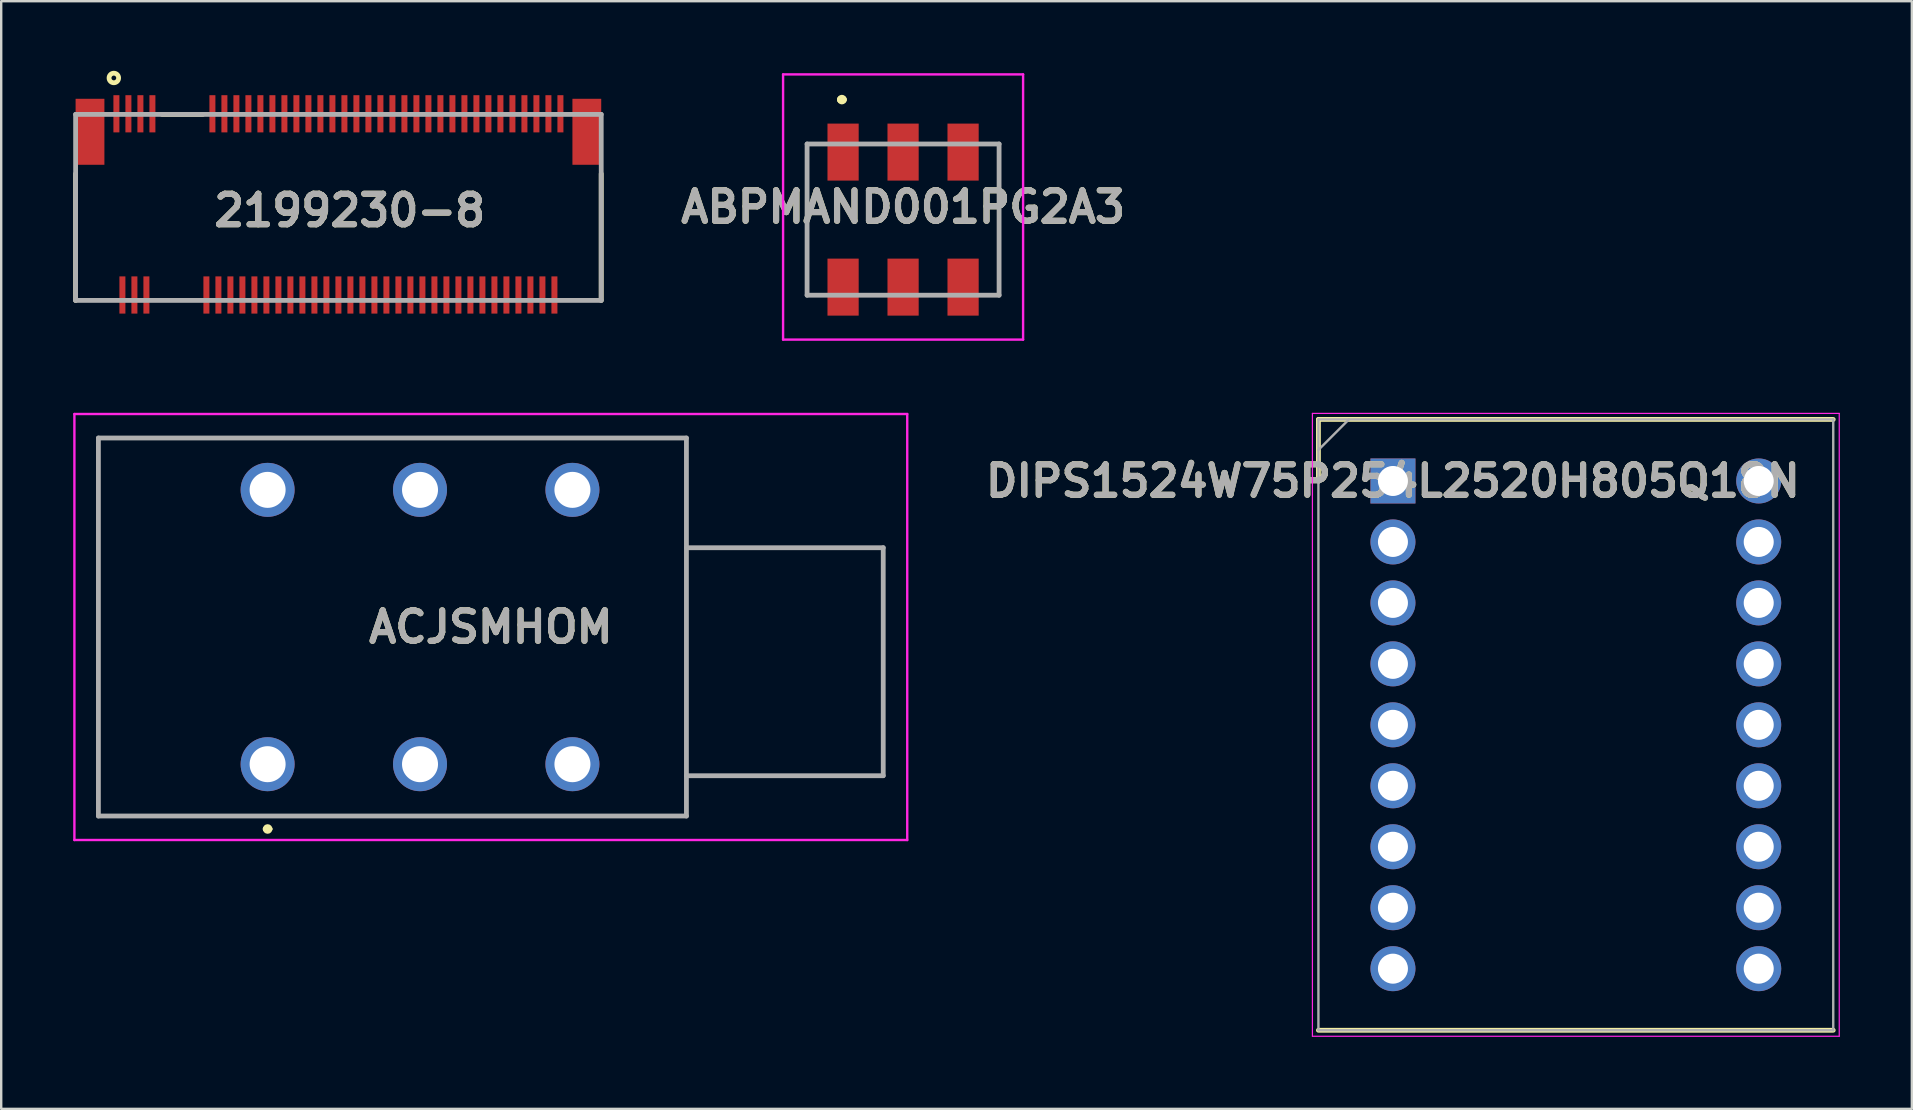
<source format=kicad_pcb>
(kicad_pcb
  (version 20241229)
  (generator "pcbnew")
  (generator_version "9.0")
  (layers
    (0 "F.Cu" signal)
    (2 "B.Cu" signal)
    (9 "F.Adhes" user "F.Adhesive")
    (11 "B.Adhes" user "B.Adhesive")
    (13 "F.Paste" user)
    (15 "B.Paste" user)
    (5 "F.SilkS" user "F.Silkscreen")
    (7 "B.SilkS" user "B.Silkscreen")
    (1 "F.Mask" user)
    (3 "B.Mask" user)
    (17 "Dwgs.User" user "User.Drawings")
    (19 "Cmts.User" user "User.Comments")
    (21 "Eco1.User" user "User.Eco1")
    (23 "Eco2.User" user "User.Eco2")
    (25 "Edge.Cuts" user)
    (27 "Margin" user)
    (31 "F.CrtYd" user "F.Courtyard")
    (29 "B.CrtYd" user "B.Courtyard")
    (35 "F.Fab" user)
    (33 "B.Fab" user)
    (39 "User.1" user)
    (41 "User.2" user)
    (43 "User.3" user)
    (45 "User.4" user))
  (footprint "ACJSMHOM"
    (layer "F.Cu")
    (at 8.1 28.79)
    (property "Reference" "ACJSMHOM" (at 9.3 -5.715 0) (layer "F.SilkS") (effects (font (size 1.27 1.27) (thickness 0.254))))
    (attr through_hole)
    (fp_line (start -7.05 -13.59) (end 17.45 -13.59) (stroke (width 0.1) (type solid)) (layer "F.SilkS"))
    (fp_line (start -7.05 2.16) (end -7.05 -13.59) (stroke (width 0.1) (type solid)) (layer "F.SilkS"))
    (fp_line (start -0.1 2.7) (end -0.1 2.7) (stroke (width 0.2) (type solid)) (layer "F.SilkS"))
    (fp_line (start 0.1 2.7) (end 0.1 2.7) (stroke (width 0.2) (type solid)) (layer "F.SilkS"))
    (fp_line (start 17.45 -13.59) (end 17.45 2.16) (stroke (width 0.1) (type solid)) (layer "F.SilkS"))
    (fp_line (start 17.45 2.16) (end -7.05 2.16) (stroke (width 0.1) (type solid)) (layer "F.SilkS"))
    (fp_arc (start -0.1 2.7) (mid 0 2.6) (end 0.1 2.7) (stroke (width 0.2) (type solid)) (layer "F.SilkS"))
    (fp_arc (start 0.1 2.7) (mid 0 2.8) (end -0.1 2.7) (stroke (width 0.2) (type solid)) (layer "F.SilkS"))
    (fp_line (start -8.05 -14.59) (end 26.65 -14.59) (stroke (width 0.1) (type solid)) (layer "F.CrtYd"))
    (fp_line (start -8.05 3.16) (end -8.05 -14.59) (stroke (width 0.1) (type solid)) (layer "F.CrtYd"))
    (fp_line (start 26.65 -14.59) (end 26.65 3.16) (stroke (width 0.1) (type solid)) (layer "F.CrtYd"))
    (fp_line (start 26.65 3.16) (end -8.05 3.16) (stroke (width 0.1) (type solid)) (layer "F.CrtYd"))
    (fp_line (start -7.05 -13.59) (end 17.45 -13.59) (stroke (width 0.2) (type solid)) (layer "F.Fab"))
    (fp_line (start -7.05 2.16) (end -7.05 -13.59) (stroke (width 0.2) (type solid)) (layer "F.Fab"))
    (fp_line (start 17.45 -13.59) (end 17.45 2.16) (stroke (width 0.2) (type solid)) (layer "F.Fab"))
    (fp_line (start 17.45 -9.02) (end 25.65 -9.02) (stroke (width 0.2) (type solid)) (layer "F.Fab"))
    (fp_line (start 17.45 2.16) (end -7.05 2.16) (stroke (width 0.2) (type solid)) (layer "F.Fab"))
    (fp_line (start 25.65 -9.02) (end 25.65 0.48) (stroke (width 0.2) (type solid)) (layer "F.Fab"))
    (fp_line (start 25.65 0.48) (end 17.45 0.48) (stroke (width 0.2) (type solid)) (layer "F.Fab"))
    (fp_text user "${REFERENCE}" (at 9.3 -5.715 0) (layer "F.Fab") (effects (font (size 1.27 1.27) (thickness 0.254))))
    (pad "1" thru_hole circle (at 0 0) (size 2.25 2.25) (drill 1.5) (layers "*.Cu" "*.Mask"))
    (pad "2" thru_hole circle (at 6.35 0) (size 2.25 2.25) (drill 1.5) (layers "*.Cu" "*.Mask"))
    (pad "3" thru_hole circle (at 12.7 0) (size 2.25 2.25) (drill 1.5) (layers "*.Cu" "*.Mask"))
    (pad "4" thru_hole circle (at 12.7 -11.43) (size 2.25 2.25) (drill 1.5) (layers "*.Cu" "*.Mask"))
    (pad "5" thru_hole circle (at 6.35 -11.43) (size 2.25 2.25) (drill 1.5) (layers "*.Cu" "*.Mask"))
    (pad "6" thru_hole circle (at 0 -11.43) (size 2.25 2.25) (drill 1.5) (layers "*.Cu" "*.Mask")))
  (footprint "ABPMAND001PG2A3"
    (layer "F.Cu")
    (at 34.577 6.1)
    (property "Reference" "ABPMAND001PG2A3" (at 0 -0.525 0) (layer "F.SilkS") (effects (font (size 1.27 1.27) (thickness 0.254))))
    (attr smd)
    (fp_line (start -4 -3.15) (end -4 3.15) (stroke (width 0.1) (type solid)) (layer "F.SilkS"))
    (fp_line (start -2.6 -5) (end -2.6 -5) (stroke (width 0.3) (type solid)) (layer "F.SilkS"))
    (fp_line (start -2.5 -5) (end -2.5 -5) (stroke (width 0.3) (type solid)) (layer "F.SilkS"))
    (fp_line (start 4 -3.15) (end 4 3.15) (stroke (width 0.1) (type solid)) (layer "F.SilkS"))
    (fp_arc (start -2.6 -5) (mid -2.55 -5.05) (end -2.5 -5) (stroke (width 0.3) (type solid)) (layer "F.SilkS"))
    (fp_arc (start -2.5 -5) (mid -2.55 -4.95) (end -2.6 -5) (stroke (width 0.3) (type solid)) (layer "F.SilkS"))
    (fp_line (start -5 -6.05) (end 5 -6.05) (stroke (width 0.1) (type solid)) (layer "F.CrtYd"))
    (fp_line (start -5 5) (end -5 -6.05) (stroke (width 0.1) (type solid)) (layer "F.CrtYd"))
    (fp_line (start 5 -6.05) (end 5 5) (stroke (width 0.1) (type solid)) (layer "F.CrtYd"))
    (fp_line (start 5 5) (end -5 5) (stroke (width 0.1) (type solid)) (layer "F.CrtYd"))
    (fp_line (start -4 -3.15) (end 4 -3.15) (stroke (width 0.2) (type solid)) (layer "F.Fab"))
    (fp_line (start -4 3.15) (end -4 -3.15) (stroke (width 0.2) (type solid)) (layer "F.Fab"))
    (fp_line (start 4 -3.15) (end 4 3.15) (stroke (width 0.2) (type solid)) (layer "F.Fab"))
    (fp_line (start 4 3.15) (end -4 3.15) (stroke (width 0.2) (type solid)) (layer "F.Fab"))
    (fp_text user "${REFERENCE}" (at 0 -0.525 0) (layer "F.Fab") (effects (font (size 1.27 1.27) (thickness 0.254))))
    (pad "1" smd rect (at -2.5 -2.813) (size 1.3 2.375) (layers "F.Cu" "F.Mask" "F.Paste"))
    (pad "2" smd rect (at 0 -2.813) (size 1.3 2.375) (layers "F.Cu" "F.Mask" "F.Paste"))
    (pad "3" smd rect (at 2.5 -2.813) (size 1.3 2.375) (layers "F.Cu" "F.Mask" "F.Paste"))
    (pad "4" smd rect (at 2.5 2.813) (size 1.3 2.375) (layers "F.Cu" "F.Mask" "F.Paste"))
    (pad "5" smd rect (at 0 2.813) (size 1.3 2.375) (layers "F.Cu" "F.Mask" "F.Paste"))
    (pad "6" smd rect (at -2.5 2.813) (size 1.3 2.375) (layers "F.Cu" "F.Mask" "F.Paste")))
  (footprint "DIPS1524W75P254L2520H805Q18N"
    (layer "F.Cu")
    (at 54.987 16.99)
    (property "Reference" "DIPS1524W75P254L2520H805Q18N" (at 0 0 0) (layer "F.SilkS") (effects (font (size 1.27 1.27) (thickness 0.254))))
    (attr through_hole)
    (fp_line (start -3.105 -2.565) (end -3.105 0) (stroke (width 0.2) (type solid)) (layer "F.SilkS"))
    (fp_line (start -3.105 22.885) (end 18.345 22.885) (stroke (width 0.2) (type solid)) (layer "F.SilkS"))
    (fp_line (start 18.345 -2.565) (end -3.105 -2.565) (stroke (width 0.2) (type solid)) (layer "F.SilkS"))
    (fp_line (start -3.355 -2.815) (end 18.595 -2.815) (stroke (width 0.05) (type solid)) (layer "F.CrtYd"))
    (fp_line (start -3.355 23.135) (end -3.355 -2.815) (stroke (width 0.05) (type solid)) (layer "F.CrtYd"))
    (fp_line (start 18.595 -2.815) (end 18.595 23.135) (stroke (width 0.05) (type solid)) (layer "F.CrtYd"))
    (fp_line (start 18.595 23.135) (end -3.355 23.135) (stroke (width 0.05) (type solid)) (layer "F.CrtYd"))
    (fp_line (start -3.105 -2.565) (end 18.345 -2.565) (stroke (width 0.1) (type solid)) (layer "F.Fab"))
    (fp_line (start -3.105 -1.295) (end -1.835 -2.565) (stroke (width 0.1) (type solid)) (layer "F.Fab"))
    (fp_line (start -3.105 22.885) (end -3.105 -2.565) (stroke (width 0.1) (type solid)) (layer "F.Fab"))
    (fp_line (start 18.345 -2.565) (end 18.345 22.885) (stroke (width 0.1) (type solid)) (layer "F.Fab"))
    (fp_line (start 18.345 22.885) (end -3.105 22.885) (stroke (width 0.1) (type solid)) (layer "F.Fab"))
    (fp_text user "${REFERENCE}" (at 0 0 0) (layer "F.Fab") (effects (font (size 1.27 1.27) (thickness 0.254))))
    (pad "1" thru_hole rect (at 0 0) (size 1.875 1.875) (drill 1.25) (layers "*.Cu" "*.Mask"))
    (pad "2" thru_hole circle (at 0 2.54) (size 1.875 1.875) (drill 1.25) (layers "*.Cu" "*.Mask"))
    (pad "3" thru_hole circle (at 0 5.08) (size 1.875 1.875) (drill 1.25) (layers "*.Cu" "*.Mask"))
    (pad "4" thru_hole circle (at 0 7.62) (size 1.875 1.875) (drill 1.25) (layers "*.Cu" "*.Mask"))
    (pad "5" thru_hole circle (at 0 10.16) (size 1.875 1.875) (drill 1.25) (layers "*.Cu" "*.Mask"))
    (pad "6" thru_hole circle (at 0 12.7) (size 1.875 1.875) (drill 1.25) (layers "*.Cu" "*.Mask"))
    (pad "7" thru_hole circle (at 0 15.24) (size 1.875 1.875) (drill 1.25) (layers "*.Cu" "*.Mask"))
    (pad "8" thru_hole circle (at 0 17.78) (size 1.875 1.875) (drill 1.25) (layers "*.Cu" "*.Mask"))
    (pad "9" thru_hole circle (at 0 20.32) (size 1.875 1.875) (drill 1.25) (layers "*.Cu" "*.Mask"))
    (pad "10" thru_hole circle (at 15.24 20.32) (size 1.875 1.875) (drill 1.25) (layers "*.Cu" "*.Mask"))
    (pad "11" thru_hole circle (at 15.24 17.78) (size 1.875 1.875) (drill 1.25) (layers "*.Cu" "*.Mask"))
    (pad "12" thru_hole circle (at 15.24 15.24) (size 1.875 1.875) (drill 1.25) (layers "*.Cu" "*.Mask"))
    (pad "13" thru_hole circle (at 15.24 12.7) (size 1.875 1.875) (drill 1.25) (layers "*.Cu" "*.Mask"))
    (pad "14" thru_hole circle (at 15.24 10.16) (size 1.875 1.875) (drill 1.25) (layers "*.Cu" "*.Mask"))
    (pad "15" thru_hole circle (at 15.24 7.62) (size 1.875 1.875) (drill 1.25) (layers "*.Cu" "*.Mask"))
    (pad "16" thru_hole circle (at 15.24 5.08) (size 1.875 1.875) (drill 1.25) (layers "*.Cu" "*.Mask"))
    (pad "17" thru_hole circle (at 15.24 2.54) (size 1.875 1.875) (drill 1.25) (layers "*.Cu" "*.Mask"))
    (pad "18" thru_hole circle (at 15.24 0) (size 1.875 1.875) (drill 1.25) (layers "*.Cu" "*.Mask")))
  (footprint "2199230-8"
    (layer "F.Cu")
    (at 11.05 1.691)
    (property "Reference" "2199230-8" (at 0.47 4.028 0) (layer "F.SilkS") (effects (font (size 1.27 1.27) (thickness 0.254))))
    (attr through_hole)
    (fp_line (start -10.95 7.775) (end -10.95 2.499) (stroke (width 0.2) (type solid)) (layer "F.SilkS"))
    (fp_line (start -7.35 0.025) (end -5.65 0.025) (stroke (width 0.2) (type solid)) (layer "F.SilkS"))
    (fp_line (start 10.95 7.775) (end 10.95 2.499) (stroke (width 0.2) (type solid)) (layer "F.SilkS"))
    (fp_circle (center -9.357 -1.492) (end -9.357 -1.393) (stroke (width 0.2) (type solid)) (fill no) (layer "F.SilkS"))
    (fp_line (start -10.95 0.025) (end 10.95 0.025) (stroke (width 0.2) (type solid)) (layer "F.Fab"))
    (fp_line (start -10.95 7.775) (end -10.95 0.025) (stroke (width 0.2) (type solid)) (layer "F.Fab"))
    (fp_line (start 10.95 0.025) (end 10.95 7.775) (stroke (width 0.2) (type solid)) (layer "F.Fab"))
    (fp_line (start 10.95 7.775) (end -10.95 7.775) (stroke (width 0.2) (type solid)) (layer "F.Fab"))
    (fp_text user "${REFERENCE}" (at 0.47 4.028 0) (layer "F.Fab") (effects (font (size 1.27 1.27) (thickness 0.254))))
    (pad "" np_thru_hole circle (at -10 5.275) (size 0.001 0.001) (drill 1.15) (layers "*.Cu" "*.Mask"))
    (pad "" np_thru_hole circle (at 10 5.275) (size 0.001 0.001) (drill 1.65) (layers "*.Cu" "*.Mask"))
    (pad "1" smd rect (at -9.25 0) (size 0.25 1.55) (layers "F.Cu" "F.Mask" "F.Paste"))
    (pad "2" smd rect (at -9 7.55) (size 0.25 1.55) (layers "F.Cu" "F.Mask" "F.Paste"))
    (pad "3" smd rect (at -8.75 0) (size 0.25 1.55) (layers "F.Cu" "F.Mask" "F.Paste"))
    (pad "4" smd rect (at -8.5 7.55) (size 0.25 1.55) (layers "F.Cu" "F.Mask" "F.Paste"))
    (pad "5" smd rect (at -8.25 0) (size 0.25 1.55) (layers "F.Cu" "F.Mask" "F.Paste"))
    (pad "6" smd rect (at -8 7.55) (size 0.25 1.55) (layers "F.Cu" "F.Mask" "F.Paste"))
    (pad "7" smd rect (at -7.75 0) (size 0.25 1.55) (layers "F.Cu" "F.Mask" "F.Paste"))
    (pad "8" smd rect (at -5.5 7.55) (size 0.25 1.55) (layers "F.Cu" "F.Mask" "F.Paste"))
    (pad "9" smd rect (at -5.25 0) (size 0.25 1.55) (layers "F.Cu" "F.Mask" "F.Paste"))
    (pad "10" smd rect (at -5 7.55) (size 0.25 1.55) (layers "F.Cu" "F.Mask" "F.Paste"))
    (pad "11" smd rect (at -4.75 0) (size 0.25 1.55) (layers "F.Cu" "F.Mask" "F.Paste"))
    (pad "12" smd rect (at -4.5 7.55) (size 0.25 1.55) (layers "F.Cu" "F.Mask" "F.Paste"))
    (pad "13" smd rect (at -4.25 0) (size 0.25 1.55) (layers "F.Cu" "F.Mask" "F.Paste"))
    (pad "14" smd rect (at -4 7.55) (size 0.25 1.55) (layers "F.Cu" "F.Mask" "F.Paste"))
    (pad "15" smd rect (at -3.75 0) (size 0.25 1.55) (layers "F.Cu" "F.Mask" "F.Paste"))
    (pad "16" smd rect (at -3.5 7.55) (size 0.25 1.55) (layers "F.Cu" "F.Mask" "F.Paste"))
    (pad "17" smd rect (at -3.25 0) (size 0.25 1.55) (layers "F.Cu" "F.Mask" "F.Paste"))
    (pad "18" smd rect (at -3 7.55) (size 0.25 1.55) (layers "F.Cu" "F.Mask" "F.Paste"))
    (pad "19" smd rect (at -2.75 0) (size 0.25 1.55) (layers "F.Cu" "F.Mask" "F.Paste"))
    (pad "20" smd rect (at -2.5 7.55) (size 0.25 1.55) (layers "F.Cu" "F.Mask" "F.Paste"))
    (pad "21" smd rect (at -2.25 0) (size 0.25 1.55) (layers "F.Cu" "F.Mask" "F.Paste"))
    (pad "22" smd rect (at -2 7.55) (size 0.25 1.55) (layers "F.Cu" "F.Mask" "F.Paste"))
    (pad "23" smd rect (at -1.75 0) (size 0.25 1.55) (layers "F.Cu" "F.Mask" "F.Paste"))
    (pad "24" smd rect (at -1.5 7.55) (size 0.25 1.55) (layers "F.Cu" "F.Mask" "F.Paste"))
    (pad "25" smd rect (at -1.25 0) (size 0.25 1.55) (layers "F.Cu" "F.Mask" "F.Paste"))
    (pad "26" smd rect (at -1 7.55) (size 0.25 1.55) (layers "F.Cu" "F.Mask" "F.Paste"))
    (pad "27" smd rect (at -0.75 0) (size 0.25 1.55) (layers "F.Cu" "F.Mask" "F.Paste"))
    (pad "28" smd rect (at -0.5 7.55) (size 0.25 1.55) (layers "F.Cu" "F.Mask" "F.Paste"))
    (pad "29" smd rect (at -0.25 0) (size 0.25 1.55) (layers "F.Cu" "F.Mask" "F.Paste"))
    (pad "30" smd rect (at 0 7.55) (size 0.25 1.55) (layers "F.Cu" "F.Mask" "F.Paste"))
    (pad "31" smd rect (at 0.25 0) (size 0.25 1.55) (layers "F.Cu" "F.Mask" "F.Paste"))
    (pad "32" smd rect (at 0.5 7.55) (size 0.25 1.55) (layers "F.Cu" "F.Mask" "F.Paste"))
    (pad "33" smd rect (at 0.75 0) (size 0.25 1.55) (layers "F.Cu" "F.Mask" "F.Paste"))
    (pad "34" smd rect (at 1 7.55) (size 0.25 1.55) (layers "F.Cu" "F.Mask" "F.Paste"))
    (pad "35" smd rect (at 1.25 0) (size 0.25 1.55) (layers "F.Cu" "F.Mask" "F.Paste"))
    (pad "36" smd rect (at 1.5 7.55) (size 0.25 1.55) (layers "F.Cu" "F.Mask" "F.Paste"))
    (pad "37" smd rect (at 1.75 0) (size 0.25 1.55) (layers "F.Cu" "F.Mask" "F.Paste"))
    (pad "38" smd rect (at 2 7.55) (size 0.25 1.55) (layers "F.Cu" "F.Mask" "F.Paste"))
    (pad "39" smd rect (at 2.25 0) (size 0.25 1.55) (layers "F.Cu" "F.Mask" "F.Paste"))
    (pad "40" smd rect (at 2.5 7.55) (size 0.25 1.55) (layers "F.Cu" "F.Mask" "F.Paste"))
    (pad "41" smd rect (at 2.75 0) (size 0.25 1.55) (layers "F.Cu" "F.Mask" "F.Paste"))
    (pad "42" smd rect (at 3 7.55) (size 0.25 1.55) (layers "F.Cu" "F.Mask" "F.Paste"))
    (pad "43" smd rect (at 3.25 0) (size 0.25 1.55) (layers "F.Cu" "F.Mask" "F.Paste"))
    (pad "44" smd rect (at 3.5 7.55) (size 0.25 1.55) (layers "F.Cu" "F.Mask" "F.Paste"))
    (pad "45" smd rect (at 3.75 0) (size 0.25 1.55) (layers "F.Cu" "F.Mask" "F.Paste"))
    (pad "46" smd rect (at 4 7.55) (size 0.25 1.55) (layers "F.Cu" "F.Mask" "F.Paste"))
    (pad "47" smd rect (at 4.25 0) (size 0.25 1.55) (layers "F.Cu" "F.Mask" "F.Paste"))
    (pad "48" smd rect (at 4.5 7.55) (size 0.25 1.55) (layers "F.Cu" "F.Mask" "F.Paste"))
    (pad "49" smd rect (at 4.75 0) (size 0.25 1.55) (layers "F.Cu" "F.Mask" "F.Paste"))
    (pad "50" smd rect (at 5 7.55) (size 0.25 1.55) (layers "F.Cu" "F.Mask" "F.Paste"))
    (pad "51" smd rect (at 5.25 0) (size 0.25 1.55) (layers "F.Cu" "F.Mask" "F.Paste"))
    (pad "52" smd rect (at 5.5 7.55) (size 0.25 1.55) (layers "F.Cu" "F.Mask" "F.Paste"))
    (pad "53" smd rect (at 5.75 0) (size 0.25 1.55) (layers "F.Cu" "F.Mask" "F.Paste"))
    (pad "54" smd rect (at 6 7.55) (size 0.25 1.55) (layers "F.Cu" "F.Mask" "F.Paste"))
    (pad "55" smd rect (at 6.25 0) (size 0.25 1.55) (layers "F.Cu" "F.Mask" "F.Paste"))
    (pad "56" smd rect (at 6.5 7.55) (size 0.25 1.55) (layers "F.Cu" "F.Mask" "F.Paste"))
    (pad "57" smd rect (at 6.75 0) (size 0.25 1.55) (layers "F.Cu" "F.Mask" "F.Paste"))
    (pad "58" smd rect (at 7 7.55) (size 0.25 1.55) (layers "F.Cu" "F.Mask" "F.Paste"))
    (pad "59" smd rect (at 7.25 0) (size 0.25 1.55) (layers "F.Cu" "F.Mask" "F.Paste"))
    (pad "60" smd rect (at 7.5 7.55) (size 0.25 1.55) (layers "F.Cu" "F.Mask" "F.Paste"))
    (pad "61" smd rect (at 7.75 0) (size 0.25 1.55) (layers "F.Cu" "F.Mask" "F.Paste"))
    (pad "62" smd rect (at 8 7.55) (size 0.25 1.55) (layers "F.Cu" "F.Mask" "F.Paste"))
    (pad "63" smd rect (at 8.25 0) (size 0.25 1.55) (layers "F.Cu" "F.Mask" "F.Paste"))
    (pad "64" smd rect (at 8.5 7.55) (size 0.25 1.55) (layers "F.Cu" "F.Mask" "F.Paste"))
    (pad "65" smd rect (at 8.75 0) (size 0.25 1.55) (layers "F.Cu" "F.Mask" "F.Paste"))
    (pad "66" smd rect (at 9 7.55) (size 0.25 1.55) (layers "F.Cu" "F.Mask" "F.Paste"))
    (pad "67" smd rect (at 9.25 0) (size 0.25 1.55) (layers "F.Cu" "F.Mask" "F.Paste"))
    (pad "68" smd rect (at -10.35 0.75) (size 1.2 2.75) (layers "F.Cu" "F.Mask" "F.Paste"))
    (pad "71" smd rect (at 10.35 0.75) (size 1.2 2.75) (layers "F.Cu" "F.Mask" "F.Paste")))
  (gr_rect
    (start -3 -3)
    (end 76.607 43.15)
    (stroke (width 0.1) (type default))
    (fill no)
    (layer "Edge.Cuts")))
</source>
